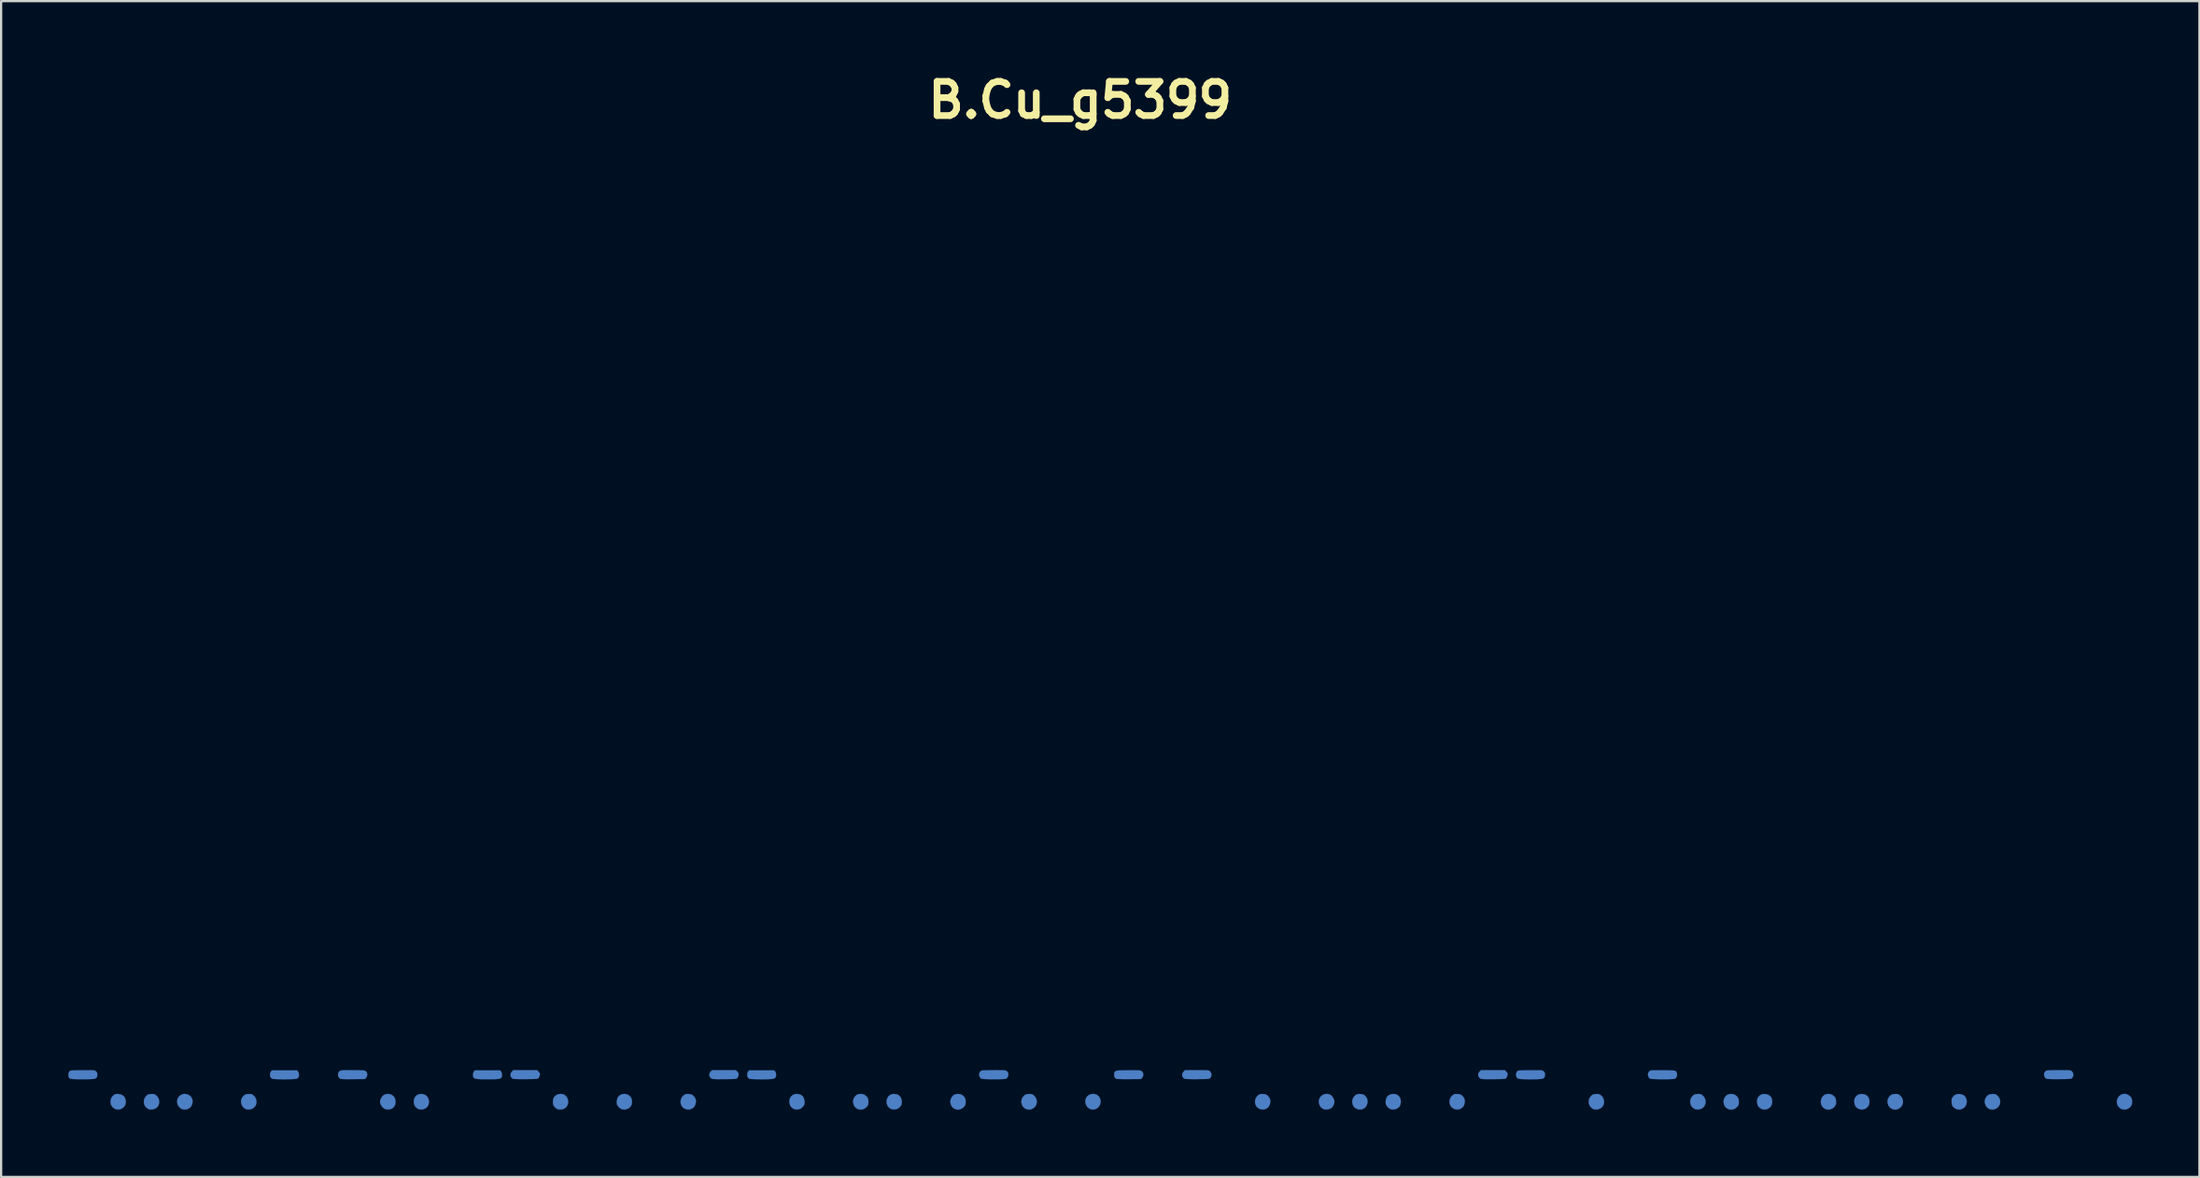
<source format=kicad_pcb>
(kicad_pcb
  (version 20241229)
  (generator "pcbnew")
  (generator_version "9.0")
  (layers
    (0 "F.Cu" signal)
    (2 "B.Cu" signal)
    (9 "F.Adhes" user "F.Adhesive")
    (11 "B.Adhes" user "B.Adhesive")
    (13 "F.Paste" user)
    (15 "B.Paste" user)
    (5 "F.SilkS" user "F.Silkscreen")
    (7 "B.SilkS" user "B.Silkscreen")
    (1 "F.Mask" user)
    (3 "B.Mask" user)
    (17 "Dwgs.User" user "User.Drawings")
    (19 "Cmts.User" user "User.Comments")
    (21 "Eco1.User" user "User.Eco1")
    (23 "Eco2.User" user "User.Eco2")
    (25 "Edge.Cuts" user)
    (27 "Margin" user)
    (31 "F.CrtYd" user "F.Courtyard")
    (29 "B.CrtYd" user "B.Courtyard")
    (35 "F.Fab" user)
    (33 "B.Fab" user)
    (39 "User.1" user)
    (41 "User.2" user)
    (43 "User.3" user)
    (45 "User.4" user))
  (footprint "B.Cu_g5399"
    (layer "F.Cu")
    (at 45.151 1.418)
    (property "Reference" "B.Cu_g5399" (at 0 0 0) (layer "F.SilkS") (effects (font (size 1.524 1.524) (thickness 0.3))))
    (attr through_hole)
    (fp_poly (pts (xy -39.811 44.393) (xy -39.714 44.457) (xy -39.661 44.515) (xy -39.619 44.606) (xy -39.608 44.711) (xy -39.626 44.819) (xy -39.673 44.917) (xy -39.744 44.994) (xy -39.838 45.042) (xy -39.946 45.061) (xy -40.052 45.049) (xy -40.111 45.026) (xy -40.201 44.955) (xy -40.262 44.863) (xy -40.294 44.758) (xy -40.294 44.649) (xy -40.26 44.546) (xy -40.224 44.492) (xy -40.133 44.414) (xy -40.029 44.371) (xy -39.919 44.365) (xy -39.811 44.393)) (stroke (width 0.01) (type solid)) (fill yes) (layer "B.Cu"))
    (fp_poly (pts (xy 0.648 44.37) (xy 0.745 44.405) (xy 0.827 44.469) (xy 0.875 44.542) (xy 0.91 44.655) (xy 0.908 44.764) (xy 0.876 44.864) (xy 0.819 44.948) (xy 0.74 45.013) (xy 0.647 45.052) (xy 0.543 45.06) (xy 0.434 45.033) (xy 0.411 45.022) (xy 0.327 44.957) (xy 0.267 44.867) (xy 0.235 44.761) (xy 0.232 44.65) (xy 0.263 44.546) (xy 0.276 44.522) (xy 0.349 44.44) (xy 0.441 44.387) (xy 0.543 44.364) (xy 0.648 44.37)) (stroke (width 0.01) (type solid)) (fill yes) (layer "B.Cu"))
    (fp_poly (pts (xy 46.664 44.368) (xy 46.768 44.408) (xy 46.861 44.482) (xy 46.893 44.52) (xy 46.925 44.591) (xy 46.939 44.684) (xy 46.936 44.782) (xy 46.915 44.868) (xy 46.893 44.908) (xy 46.807 44.993) (xy 46.703 45.045) (xy 46.592 45.062) (xy 46.481 45.042) (xy 46.436 45.022) (xy 46.347 44.951) (xy 46.287 44.857) (xy 46.259 44.748) (xy 46.266 44.636) (xy 46.295 44.556) (xy 46.366 44.458) (xy 46.456 44.394) (xy 46.558 44.364) (xy 46.664 44.368)) (stroke (width 0.01) (type solid)) (fill yes) (layer "B.Cu"))
    (fp_poly (pts (xy -29.287 44.382) (xy -29.197 44.428) (xy -29.129 44.497) (xy -29.084 44.581) (xy -29.062 44.675) (xy -29.064 44.771) (xy -29.09 44.863) (xy -29.14 44.944) (xy -29.214 45.008) (xy -29.313 45.047) (xy -29.372 45.056) (xy -29.445 45.056) (xy -29.509 45.047) (xy -29.527 45.041) (xy -29.627 44.978) (xy -29.697 44.887) (xy -29.734 44.775) (xy -29.739 44.714) (xy -29.722 44.589) (xy -29.671 44.488) (xy -29.592 44.415) (xy -29.486 44.374) (xy -29.401 44.365) (xy -29.287 44.382)) (stroke (width 0.01) (type solid)) (fill yes) (layer "B.Cu"))
    (fp_poly (pts (xy -42.915 44.369) (xy -42.791 44.395) (xy -42.694 44.452) (xy -42.627 44.538) (xy -42.592 44.65) (xy -42.587 44.72) (xy -42.606 44.833) (xy -42.658 44.928) (xy -42.735 45.001) (xy -42.83 45.047) (xy -42.937 45.061) (xy -43.047 45.04) (xy -43.085 45.023) (xy -43.181 44.953) (xy -43.242 44.861) (xy -43.268 44.746) (xy -43.269 44.717) (xy -43.254 44.594) (xy -43.205 44.495) (xy -43.12 44.414) (xy -43.115 44.411) (xy -43.064 44.382) (xy -43.012 44.369) (xy -42.94 44.368) (xy -42.915 44.369)) (stroke (width 0.01) (type solid)) (fill yes) (layer "B.Cu"))
    (fp_poly (pts (xy -30.773 44.383) (xy -30.713 44.413) (xy -30.629 44.482) (xy -30.579 44.556) (xy -30.557 44.648) (xy -30.554 44.715) (xy -30.563 44.822) (xy -30.595 44.904) (xy -30.656 44.975) (xy -30.697 45.008) (xy -30.78 45.046) (xy -30.88 45.06) (xy -30.983 45.048) (xy -31.06 45.017) (xy -31.134 44.955) (xy -31.195 44.87) (xy -31.233 44.777) (xy -31.242 44.716) (xy -31.226 44.631) (xy -31.184 44.539) (xy -31.126 44.458) (xy -31.075 44.413) (xy -30.982 44.374) (xy -30.876 44.364) (xy -30.773 44.383)) (stroke (width 0.01) (type solid)) (fill yes) (layer "B.Cu"))
    (fp_poly (pts (xy -20.225 44.383) (xy -20.129 44.433) (xy -20.052 44.513) (xy -20.045 44.524) (xy -20.012 44.607) (xy -19.999 44.708) (xy -20.007 44.808) (xy -20.02 44.852) (xy -20.077 44.944) (xy -20.162 45.012) (xy -20.265 45.052) (xy -20.375 45.06) (xy -20.48 45.034) (xy -20.548 44.989) (xy -20.613 44.923) (xy -20.659 44.851) (xy -20.672 44.818) (xy -20.68 44.728) (xy -20.668 44.629) (xy -20.64 44.538) (xy -20.616 44.497) (xy -20.536 44.42) (xy -20.438 44.376) (xy -20.331 44.364) (xy -20.225 44.383)) (stroke (width 0.01) (type solid)) (fill yes) (layer "B.Cu"))
    (fp_poly (pts (xy 11.154 44.399) (xy 11.178 44.413) (xy 11.242 44.474) (xy 11.297 44.557) (xy 11.334 44.647) (xy 11.345 44.714) (xy 11.328 44.807) (xy 11.283 44.902) (xy 11.221 44.98) (xy 11.196 45.001) (xy 11.113 45.04) (xy 11.01 45.058) (xy 10.909 45.053) (xy 10.847 45.035) (xy 10.754 44.971) (xy 10.688 44.88) (xy 10.653 44.769) (xy 10.654 44.647) (xy 10.654 44.645) (xy 10.69 44.542) (xy 10.757 44.459) (xy 10.845 44.399) (xy 10.946 44.367) (xy 11.052 44.365) (xy 11.154 44.399)) (stroke (width 0.01) (type solid)) (fill yes) (layer "B.Cu"))
    (fp_poly (pts (xy 14.078 44.377) (xy 14.152 44.409) (xy 14.238 44.481) (xy 14.289 44.571) (xy 14.306 44.684) (xy 14.305 44.732) (xy 14.288 44.844) (xy 14.249 44.927) (xy 14.183 44.989) (xy 14.127 45.021) (xy 14.01 45.058) (xy 13.894 45.054) (xy 13.831 45.034) (xy 13.763 44.989) (xy 13.699 44.923) (xy 13.652 44.851) (xy 13.639 44.818) (xy 13.631 44.734) (xy 13.641 44.637) (xy 13.665 44.548) (xy 13.691 44.498) (xy 13.765 44.427) (xy 13.863 44.382) (xy 13.971 44.365) (xy 14.078 44.377)) (stroke (width 0.01) (type solid)) (fill yes) (layer "B.Cu"))
    (fp_poly (pts (xy 30.562 44.369) (xy 30.686 44.395) (xy 30.78 44.451) (xy 30.845 44.536) (xy 30.878 44.65) (xy 30.882 44.72) (xy 30.863 44.833) (xy 30.812 44.928) (xy 30.735 45.001) (xy 30.639 45.046) (xy 30.534 45.061) (xy 30.424 45.04) (xy 30.385 45.022) (xy 30.299 44.965) (xy 30.245 44.895) (xy 30.216 44.801) (xy 30.208 44.732) (xy 30.207 44.648) (xy 30.216 44.589) (xy 30.24 44.536) (xy 30.246 44.526) (xy 30.321 44.437) (xy 30.413 44.384) (xy 30.527 44.368) (xy 30.562 44.369)) (stroke (width 0.01) (type solid)) (fill yes) (layer "B.Cu"))
    (fp_poly (pts (xy 34.901 44.369) (xy 35.025 44.395) (xy 35.12 44.451) (xy 35.184 44.536) (xy 35.217 44.65) (xy 35.221 44.72) (xy 35.203 44.833) (xy 35.151 44.928) (xy 35.074 45.001) (xy 34.979 45.046) (xy 34.873 45.061) (xy 34.763 45.04) (xy 34.724 45.022) (xy 34.638 44.965) (xy 34.584 44.895) (xy 34.555 44.801) (xy 34.548 44.732) (xy 34.546 44.648) (xy 34.555 44.589) (xy 34.579 44.536) (xy 34.585 44.526) (xy 34.66 44.437) (xy 34.753 44.384) (xy 34.867 44.368) (xy 34.901 44.369)) (stroke (width 0.01) (type solid)) (fill yes) (layer "B.Cu"))
    (fp_poly (pts (xy 39.24 44.369) (xy 39.364 44.395) (xy 39.459 44.451) (xy 39.523 44.536) (xy 39.556 44.65) (xy 39.56 44.72) (xy 39.542 44.833) (xy 39.49 44.928) (xy 39.413 45.001) (xy 39.318 45.046) (xy 39.212 45.061) (xy 39.102 45.04) (xy 39.063 45.022) (xy 38.977 44.965) (xy 38.923 44.895) (xy 38.894 44.801) (xy 38.887 44.732) (xy 38.885 44.648) (xy 38.894 44.589) (xy 38.918 44.536) (xy 38.924 44.526) (xy 38.999 44.437) (xy 39.092 44.384) (xy 39.206 44.368) (xy 39.24 44.369)) (stroke (width 0.01) (type solid)) (fill yes) (layer "B.Cu"))
    (fp_poly (pts (xy -41.323 44.376) (xy -41.275 44.398) (xy -41.255 44.411) (xy -41.172 44.49) (xy -41.119 44.585) (xy -41.097 44.69) (xy -41.104 44.795) (xy -41.141 44.893) (xy -41.207 44.974) (xy -41.284 45.024) (xy -41.397 45.057) (xy -41.509 45.057) (xy -41.571 45.04) (xy -41.668 44.98) (xy -41.739 44.891) (xy -41.777 44.781) (xy -41.783 44.715) (xy -41.77 44.609) (xy -41.727 44.52) (xy -41.658 44.44) (xy -41.612 44.404) (xy -41.563 44.383) (xy -41.494 44.372) (xy -41.46 44.37) (xy -41.379 44.368) (xy -41.323 44.376)) (stroke (width 0.01) (type solid)) (fill yes) (layer "B.Cu"))
    (fp_poly (pts (xy -36.984 44.376) (xy -36.936 44.398) (xy -36.916 44.411) (xy -36.832 44.49) (xy -36.779 44.586) (xy -36.757 44.69) (xy -36.764 44.796) (xy -36.801 44.893) (xy -36.868 44.974) (xy -36.944 45.024) (xy -37.058 45.057) (xy -37.17 45.057) (xy -37.232 45.04) (xy -37.329 44.98) (xy -37.399 44.891) (xy -37.438 44.781) (xy -37.444 44.715) (xy -37.431 44.609) (xy -37.388 44.52) (xy -37.318 44.44) (xy -37.273 44.404) (xy -37.224 44.383) (xy -37.155 44.372) (xy -37.121 44.37) (xy -37.04 44.368) (xy -36.984 44.376)) (stroke (width 0.01) (type solid)) (fill yes) (layer "B.Cu"))
    (fp_poly (pts (xy -17.468 44.37) (xy -17.388 44.378) (xy -17.333 44.394) (xy -17.288 44.425) (xy -17.27 44.44) (xy -17.197 44.524) (xy -17.158 44.608) (xy -17.148 44.706) (xy -17.15 44.74) (xy -17.178 44.857) (xy -17.237 44.952) (xy -17.321 45.019) (xy -17.422 45.056) (xy -17.535 45.058) (xy -17.644 45.025) (xy -17.735 44.962) (xy -17.796 44.876) (xy -17.827 44.775) (xy -17.829 44.669) (xy -17.801 44.565) (xy -17.742 44.472) (xy -17.673 44.411) (xy -17.623 44.383) (xy -17.573 44.37) (xy -17.504 44.368) (xy -17.468 44.37)) (stroke (width 0.01) (type solid)) (fill yes) (layer "B.Cu"))
    (fp_poly (pts (xy -12.522 44.382) (xy -12.423 44.432) (xy -12.352 44.512) (xy -12.311 44.622) (xy -12.302 44.693) (xy -12.3 44.773) (xy -12.31 44.829) (xy -12.334 44.878) (xy -12.344 44.893) (xy -12.391 44.951) (xy -12.443 45.001) (xy -12.45 45.007) (xy -12.523 45.04) (xy -12.616 45.056) (xy -12.711 45.053) (xy -12.776 45.035) (xy -12.876 44.97) (xy -12.942 44.881) (xy -12.974 44.767) (xy -12.978 44.698) (xy -12.959 44.581) (xy -12.905 44.484) (xy -12.824 44.413) (xy -12.719 44.372) (xy -12.648 44.365) (xy -12.522 44.382)) (stroke (width 0.01) (type solid)) (fill yes) (layer "B.Cu"))
    (fp_poly (pts (xy -9.659 44.388) (xy -9.609 44.413) (xy -9.525 44.482) (xy -9.475 44.557) (xy -9.454 44.651) (xy -9.451 44.712) (xy -9.454 44.793) (xy -9.467 44.85) (xy -9.494 44.901) (xy -9.512 44.925) (xy -9.595 45.003) (xy -9.697 45.051) (xy -9.806 45.065) (xy -9.912 45.042) (xy -9.938 45.03) (xy -10.017 44.98) (xy -10.07 44.921) (xy -10.109 44.84) (xy -10.133 44.723) (xy -10.12 44.609) (xy -10.072 44.507) (xy -9.993 44.425) (xy -9.947 44.396) (xy -9.858 44.369) (xy -9.755 44.367) (xy -9.659 44.388)) (stroke (width 0.01) (type solid)) (fill yes) (layer "B.Cu"))
    (fp_poly (pts (xy -8.183 44.382) (xy -8.084 44.432) (xy -8.013 44.512) (xy -7.972 44.622) (xy -7.963 44.693) (xy -7.961 44.773) (xy -7.971 44.829) (xy -7.995 44.878) (xy -8.004 44.893) (xy -8.052 44.951) (xy -8.104 45.001) (xy -8.111 45.007) (xy -8.184 45.04) (xy -8.277 45.056) (xy -8.372 45.053) (xy -8.437 45.035) (xy -8.537 44.97) (xy -8.603 44.881) (xy -8.635 44.767) (xy -8.639 44.698) (xy -8.619 44.581) (xy -8.566 44.484) (xy -8.484 44.413) (xy -8.38 44.372) (xy -8.309 44.365) (xy -8.183 44.382)) (stroke (width 0.01) (type solid)) (fill yes) (layer "B.Cu"))
    (fp_poly (pts (xy -5.319 44.388) (xy -5.27 44.413) (xy -5.186 44.482) (xy -5.136 44.557) (xy -5.114 44.651) (xy -5.112 44.712) (xy -5.115 44.793) (xy -5.128 44.85) (xy -5.155 44.901) (xy -5.173 44.925) (xy -5.256 45.003) (xy -5.358 45.051) (xy -5.467 45.065) (xy -5.573 45.042) (xy -5.599 45.03) (xy -5.678 44.98) (xy -5.731 44.921) (xy -5.77 44.839) (xy -5.793 44.726) (xy -5.779 44.613) (xy -5.733 44.51) (xy -5.658 44.428) (xy -5.609 44.397) (xy -5.519 44.37) (xy -5.416 44.367) (xy -5.319 44.388)) (stroke (width 0.01) (type solid)) (fill yes) (layer "B.Cu"))
    (fp_poly (pts (xy 8.165 44.37) (xy 8.245 44.378) (xy 8.3 44.394) (xy 8.345 44.425) (xy 8.362 44.44) (xy 8.436 44.524) (xy 8.475 44.608) (xy 8.485 44.706) (xy 8.483 44.74) (xy 8.455 44.857) (xy 8.395 44.952) (xy 8.312 45.019) (xy 8.21 45.056) (xy 8.098 45.058) (xy 7.988 45.025) (xy 7.898 44.961) (xy 7.836 44.876) (xy 7.805 44.775) (xy 7.803 44.669) (xy 7.832 44.565) (xy 7.891 44.472) (xy 7.96 44.411) (xy 8.009 44.383) (xy 8.06 44.37) (xy 8.129 44.368) (xy 8.165 44.37)) (stroke (width 0.01) (type solid)) (fill yes) (layer "B.Cu"))
    (fp_poly (pts (xy 12.504 44.37) (xy 12.584 44.378) (xy 12.639 44.394) (xy 12.684 44.425) (xy 12.702 44.44) (xy 12.775 44.524) (xy 12.814 44.608) (xy 12.824 44.706) (xy 12.822 44.74) (xy 12.794 44.857) (xy 12.735 44.952) (xy 12.651 45.019) (xy 12.55 45.056) (xy 12.437 45.058) (xy 12.328 45.025) (xy 12.237 44.961) (xy 12.176 44.876) (xy 12.144 44.775) (xy 12.142 44.669) (xy 12.171 44.565) (xy 12.23 44.472) (xy 12.299 44.411) (xy 12.349 44.383) (xy 12.399 44.37) (xy 12.468 44.368) (xy 12.504 44.37)) (stroke (width 0.01) (type solid)) (fill yes) (layer "B.Cu"))
    (fp_poly (pts (xy 16.843 44.37) (xy 16.924 44.378) (xy 16.978 44.394) (xy 17.023 44.425) (xy 17.041 44.44) (xy 17.114 44.524) (xy 17.153 44.608) (xy 17.163 44.706) (xy 17.161 44.74) (xy 17.133 44.857) (xy 17.074 44.952) (xy 16.99 45.019) (xy 16.889 45.056) (xy 16.776 45.058) (xy 16.667 45.025) (xy 16.577 44.962) (xy 16.515 44.876) (xy 16.484 44.775) (xy 16.482 44.669) (xy 16.51 44.565) (xy 16.569 44.472) (xy 16.638 44.411) (xy 16.688 44.383) (xy 16.738 44.37) (xy 16.807 44.368) (xy 16.843 44.37)) (stroke (width 0.01) (type solid)) (fill yes) (layer "B.Cu"))
    (fp_poly (pts (xy 23.15 44.376) (xy 23.198 44.398) (xy 23.219 44.411) (xy 23.302 44.49) (xy 23.354 44.585) (xy 23.377 44.69) (xy 23.369 44.795) (xy 23.333 44.893) (xy 23.267 44.974) (xy 23.19 45.024) (xy 23.077 45.057) (xy 22.965 45.057) (xy 22.902 45.04) (xy 22.805 44.98) (xy 22.735 44.891) (xy 22.697 44.781) (xy 22.691 44.715) (xy 22.704 44.609) (xy 22.747 44.52) (xy 22.816 44.44) (xy 22.862 44.404) (xy 22.911 44.383) (xy 22.98 44.372) (xy 23.014 44.37) (xy 23.095 44.368) (xy 23.15 44.376)) (stroke (width 0.01) (type solid)) (fill yes) (layer "B.Cu"))
    (fp_poly (pts (xy 27.68 44.376) (xy 27.728 44.398) (xy 27.748 44.411) (xy 27.832 44.49) (xy 27.885 44.586) (xy 27.907 44.69) (xy 27.9 44.796) (xy 27.863 44.893) (xy 27.796 44.974) (xy 27.72 45.024) (xy 27.601 45.058) (xy 27.485 45.054) (xy 27.421 45.034) (xy 27.325 44.969) (xy 27.258 44.877) (xy 27.224 44.761) (xy 27.22 44.702) (xy 27.236 44.6) (xy 27.285 44.508) (xy 27.346 44.44) (xy 27.391 44.404) (xy 27.441 44.383) (xy 27.51 44.372) (xy 27.543 44.37) (xy 27.624 44.368) (xy 27.68 44.376)) (stroke (width 0.01) (type solid)) (fill yes) (layer "B.Cu"))
    (fp_poly (pts (xy 29.182 44.388) (xy 29.231 44.413) (xy 29.316 44.482) (xy 29.366 44.557) (xy 29.387 44.651) (xy 29.39 44.712) (xy 29.387 44.793) (xy 29.374 44.85) (xy 29.347 44.901) (xy 29.329 44.925) (xy 29.245 45.003) (xy 29.144 45.051) (xy 29.035 45.065) (xy 28.928 45.042) (xy 28.903 45.03) (xy 28.823 44.98) (xy 28.771 44.921) (xy 28.732 44.839) (xy 28.709 44.726) (xy 28.722 44.613) (xy 28.769 44.51) (xy 28.844 44.428) (xy 28.893 44.397) (xy 28.983 44.37) (xy 29.085 44.367) (xy 29.182 44.388)) (stroke (width 0.01) (type solid)) (fill yes) (layer "B.Cu"))
    (fp_poly (pts (xy 33.521 44.388) (xy 33.571 44.413) (xy 33.655 44.482) (xy 33.705 44.557) (xy 33.726 44.651) (xy 33.729 44.712) (xy 33.726 44.793) (xy 33.713 44.85) (xy 33.686 44.901) (xy 33.668 44.925) (xy 33.585 45.003) (xy 33.483 45.051) (xy 33.374 45.065) (xy 33.268 45.042) (xy 33.242 45.03) (xy 33.163 44.98) (xy 33.11 44.921) (xy 33.071 44.839) (xy 33.048 44.726) (xy 33.062 44.613) (xy 33.108 44.51) (xy 33.183 44.428) (xy 33.232 44.397) (xy 33.322 44.37) (xy 33.425 44.367) (xy 33.521 44.388)) (stroke (width 0.01) (type solid)) (fill yes) (layer "B.Cu"))
    (fp_poly (pts (xy -23.083 44.377) (xy -23.029 44.397) (xy -22.941 44.464) (xy -22.881 44.555) (xy -22.851 44.659) (xy -22.851 44.767) (xy -22.881 44.871) (xy -22.944 44.962) (xy -22.98 44.994) (xy -23.068 45.038) (xy -23.174 45.059) (xy -23.28 45.053) (xy -23.339 45.035) (xy -23.393 44.999) (xy -23.449 44.945) (xy -23.466 44.925) (xy -23.501 44.872) (xy -23.52 44.82) (xy -23.526 44.751) (xy -23.527 44.712) (xy -23.517 44.604) (xy -23.483 44.52) (xy -23.418 44.45) (xy -23.368 44.413) (xy -23.284 44.377) (xy -23.183 44.365) (xy -23.083 44.377)) (stroke (width 0.01) (type solid)) (fill yes) (layer "B.Cu"))
    (fp_poly (pts (xy -13.608 43.368) (xy -13.58 43.428) (xy -13.569 43.505) (xy -13.576 43.581) (xy -13.597 43.629) (xy -13.637 43.664) (xy -13.682 43.687) (xy -13.723 43.694) (xy -13.797 43.7) (xy -13.898 43.705) (xy -14.017 43.707) (xy -14.148 43.709) (xy -14.283 43.709) (xy -14.415 43.707) (xy -14.536 43.704) (xy -14.638 43.7) (xy -14.715 43.694) (xy -14.759 43.687) (xy -14.764 43.685) (xy -14.824 43.637) (xy -14.853 43.572) (xy -14.859 43.506) (xy -14.846 43.419) (xy -14.819 43.368) (xy -14.778 43.318) (xy -13.649 43.318) (xy -13.608 43.368)) (stroke (width 0.01) (type solid)) (fill yes) (layer "B.Cu"))
    (fp_poly (pts (xy -34.902 43.368) (xy -34.873 43.43) (xy -34.862 43.51) (xy -34.869 43.589) (xy -34.882 43.624) (xy -34.916 43.657) (xy -34.969 43.685) (xy -34.97 43.686) (xy -35.013 43.693) (xy -35.09 43.7) (xy -35.193 43.704) (xy -35.314 43.707) (xy -35.446 43.709) (xy -35.582 43.709) (xy -35.713 43.707) (xy -35.834 43.704) (xy -35.936 43.7) (xy -36.012 43.694) (xy -36.054 43.686) (xy -36.057 43.685) (xy -36.117 43.637) (xy -36.147 43.572) (xy -36.153 43.506) (xy -36.139 43.419) (xy -36.112 43.368) (xy -36.072 43.318) (xy -34.942 43.318) (xy -34.902 43.368)) (stroke (width 0.01) (type solid)) (fill yes) (layer "B.Cu"))
    (fp_poly (pts (xy -2.164 44.376) (xy -2.116 44.398) (xy -2.095 44.411) (xy -2.04 44.462) (xy -1.988 44.529) (xy -1.972 44.556) (xy -1.937 44.664) (xy -1.939 44.77) (xy -1.972 44.868) (xy -2.031 44.952) (xy -2.111 45.016) (xy -2.206 45.055) (xy -2.312 45.063) (xy -2.422 45.035) (xy -2.424 45.034) (xy -2.52 44.969) (xy -2.587 44.877) (xy -2.621 44.761) (xy -2.625 44.702) (xy -2.609 44.6) (xy -2.56 44.508) (xy -2.499 44.44) (xy -2.454 44.404) (xy -2.404 44.383) (xy -2.335 44.372) (xy -2.302 44.37) (xy -2.221 44.368) (xy -2.164 44.376)) (stroke (width 0.01) (type solid)) (fill yes) (layer "B.Cu"))
    (fp_poly (pts (xy 36.486 44.376) (xy 36.535 44.398) (xy 36.555 44.411) (xy 36.61 44.462) (xy 36.662 44.529) (xy 36.678 44.556) (xy 36.713 44.664) (xy 36.712 44.77) (xy 36.679 44.868) (xy 36.619 44.952) (xy 36.539 45.016) (xy 36.444 45.055) (xy 36.339 45.063) (xy 36.228 45.035) (xy 36.227 45.034) (xy 36.131 44.969) (xy 36.064 44.877) (xy 36.03 44.761) (xy 36.026 44.702) (xy 36.041 44.6) (xy 36.09 44.508) (xy 36.151 44.44) (xy 36.197 44.404) (xy 36.246 44.383) (xy 36.315 44.372) (xy 36.349 44.37) (xy 36.43 44.368) (xy 36.486 44.376)) (stroke (width 0.01) (type solid)) (fill yes) (layer "B.Cu"))
    (fp_poly (pts (xy 40.825 44.376) (xy 40.874 44.398) (xy 40.894 44.411) (xy 40.95 44.462) (xy 41.002 44.529) (xy 41.017 44.556) (xy 41.052 44.664) (xy 41.051 44.77) (xy 41.018 44.868) (xy 40.959 44.952) (xy 40.879 45.016) (xy 40.783 45.055) (xy 40.678 45.063) (xy 40.568 45.035) (xy 40.566 45.034) (xy 40.47 44.969) (xy 40.403 44.877) (xy 40.369 44.761) (xy 40.365 44.702) (xy 40.38 44.6) (xy 40.429 44.508) (xy 40.49 44.44) (xy 40.536 44.404) (xy 40.585 44.383) (xy 40.654 44.372) (xy 40.688 44.37) (xy 40.769 44.368) (xy 40.825 44.376)) (stroke (width 0.01) (type solid)) (fill yes) (layer "B.Cu"))
    (fp_poly (pts (xy -25.843 43.368) (xy -25.812 43.431) (xy -25.802 43.498) (xy -25.804 43.558) (xy -25.812 43.605) (xy -25.832 43.642) (xy -25.866 43.668) (xy -25.921 43.687) (xy -26 43.699) (xy -26.107 43.705) (xy -26.248 43.708) (xy -26.426 43.708) (xy -26.441 43.708) (xy -26.617 43.707) (xy -26.754 43.705) (xy -26.858 43.7) (xy -26.932 43.694) (xy -26.981 43.685) (xy -27 43.679) (xy -27.05 43.649) (xy -27.079 43.616) (xy -27.08 43.615) (xy -27.093 43.54) (xy -27.088 43.458) (xy -27.065 43.387) (xy -27.053 43.368) (xy -27.012 43.318) (xy -25.883 43.318) (xy -25.843 43.368)) (stroke (width 0.01) (type solid)) (fill yes) (layer "B.Cu"))
    (fp_poly (pts (xy -24.168 43.372) (xy -24.127 43.419) (xy -24.112 43.462) (xy -24.115 43.523) (xy -24.134 43.59) (xy -24.164 43.646) (xy -24.171 43.654) (xy -24.187 43.668) (xy -24.206 43.679) (xy -24.235 43.687) (xy -24.278 43.692) (xy -24.341 43.696) (xy -24.428 43.699) (xy -24.547 43.701) (xy -24.701 43.703) (xy -24.739 43.703) (xy -24.886 43.704) (xy -25.021 43.703) (xy -25.137 43.7) (xy -25.228 43.697) (xy -25.288 43.692) (xy -25.308 43.689) (xy -25.374 43.641) (xy -25.412 43.572) (xy -25.419 43.492) (xy -25.393 43.414) (xy -25.359 43.369) (xy -25.297 43.307) (xy -24.233 43.307) (xy -24.168 43.372)) (stroke (width 0.01) (type solid)) (fill yes) (layer "B.Cu"))
    (fp_poly (pts (xy -15.299 43.372) (xy -15.258 43.419) (xy -15.243 43.462) (xy -15.246 43.523) (xy -15.265 43.59) (xy -15.295 43.646) (xy -15.302 43.654) (xy -15.318 43.668) (xy -15.338 43.679) (xy -15.366 43.687) (xy -15.41 43.693) (xy -15.473 43.697) (xy -15.561 43.7) (xy -15.68 43.702) (xy -15.835 43.704) (xy -15.87 43.704) (xy -16.048 43.705) (xy -16.187 43.705) (xy -16.293 43.702) (xy -16.369 43.698) (xy -16.419 43.691) (xy -16.446 43.683) (xy -16.511 43.628) (xy -16.545 43.554) (xy -16.546 43.473) (xy -16.513 43.395) (xy -16.49 43.369) (xy -16.429 43.307) (xy -15.364 43.307) (xy -15.299 43.372)) (stroke (width 0.01) (type solid)) (fill yes) (layer "B.Cu"))
    (fp_poly (pts (xy 19.012 43.372) (xy 19.053 43.419) (xy 19.068 43.462) (xy 19.065 43.523) (xy 19.046 43.59) (xy 19.016 43.646) (xy 19.009 43.654) (xy 18.993 43.668) (xy 18.974 43.679) (xy 18.945 43.687) (xy 18.902 43.693) (xy 18.839 43.697) (xy 18.75 43.7) (xy 18.631 43.702) (xy 18.477 43.704) (xy 18.441 43.704) (xy 18.263 43.705) (xy 18.124 43.705) (xy 18.018 43.702) (xy 17.943 43.698) (xy 17.893 43.691) (xy 17.865 43.683) (xy 17.8 43.628) (xy 17.766 43.554) (xy 17.765 43.473) (xy 17.798 43.395) (xy 17.821 43.369) (xy 17.883 43.307) (xy 18.947 43.307) (xy 19.012 43.372)) (stroke (width 0.01) (type solid)) (fill yes) (layer "B.Cu"))
    (fp_poly (pts (xy -32.291 43.308) (xy -32.138 43.311) (xy -32.023 43.316) (xy -31.946 43.323) (xy -31.912 43.331) (xy -31.854 43.378) (xy -31.821 43.448) (xy -31.817 43.528) (xy -31.842 43.607) (xy -31.865 43.639) (xy -31.916 43.699) (xy -32.441 43.704) (xy -32.619 43.705) (xy -32.758 43.705) (xy -32.864 43.703) (xy -32.94 43.698) (xy -32.99 43.692) (xy -33.02 43.683) (xy -33.02 43.682) (xy -33.081 43.63) (xy -33.113 43.557) (xy -33.117 43.476) (xy -33.091 43.4) (xy -33.048 43.35) (xy -33.029 43.337) (xy -33.006 43.326) (xy -32.974 43.319) (xy -32.927 43.313) (xy -32.86 43.31) (xy -32.768 43.308) (xy -32.644 43.307) (xy -32.484 43.307) (xy -32.478 43.307) (xy -32.291 43.308)) (stroke (width 0.01) (type solid)) (fill yes) (layer "B.Cu"))
    (fp_poly (pts (xy 2.465 43.31) (xy 2.576 43.313) (xy 2.654 43.319) (xy 2.703 43.327) (xy 2.715 43.33) (xy 2.774 43.376) (xy 2.808 43.444) (xy 2.814 43.523) (xy 2.79 43.602) (xy 2.764 43.639) (xy 2.713 43.699) (xy 2.187 43.703) (xy 2.04 43.704) (xy 1.905 43.703) (xy 1.789 43.701) (xy 1.698 43.697) (xy 1.639 43.693) (xy 1.619 43.69) (xy 1.557 43.647) (xy 1.524 43.58) (xy 1.517 43.506) (xy 1.525 43.428) (xy 1.554 43.374) (xy 1.563 43.364) (xy 1.579 43.35) (xy 1.598 43.338) (xy 1.626 43.33) (xy 1.667 43.324) (xy 1.728 43.319) (xy 1.813 43.316) (xy 1.928 43.314) (xy 2.079 43.312) (xy 2.131 43.311) (xy 2.318 43.31) (xy 2.465 43.31)) (stroke (width 0.01) (type solid)) (fill yes) (layer "B.Cu"))
    (fp_poly (pts (xy 5.367 43.307) (xy 5.494 43.308) (xy 5.588 43.309) (xy 5.657 43.312) (xy 5.705 43.317) (xy 5.738 43.324) (xy 5.761 43.334) (xy 5.78 43.347) (xy 5.793 43.358) (xy 5.839 43.423) (xy 5.856 43.504) (xy 5.844 43.586) (xy 5.804 43.65) (xy 5.788 43.665) (xy 5.77 43.677) (xy 5.744 43.685) (xy 5.704 43.692) (xy 5.647 43.696) (xy 5.565 43.699) (xy 5.455 43.701) (xy 5.309 43.702) (xy 5.233 43.703) (xy 5.086 43.704) (xy 4.951 43.703) (xy 4.835 43.7) (xy 4.744 43.697) (xy 4.684 43.692) (xy 4.664 43.689) (xy 4.598 43.641) (xy 4.56 43.572) (xy 4.553 43.492) (xy 4.579 43.414) (xy 4.613 43.369) (xy 4.675 43.307) (xy 5.204 43.307) (xy 5.367 43.307)) (stroke (width 0.01) (type solid)) (fill yes) (layer "B.Cu"))
    (fp_poly (pts (xy -3.682 43.307) (xy -3.557 43.308) (xy -3.464 43.31) (xy -3.396 43.313) (xy -3.349 43.319) (xy -3.317 43.326) (xy -3.294 43.336) (xy -3.275 43.35) (xy -3.231 43.399) (xy -3.207 43.453) (xy -3.207 43.527) (xy -3.232 43.602) (xy -3.274 43.662) (xy -3.313 43.688) (xy -3.351 43.694) (xy -3.423 43.699) (xy -3.523 43.703) (xy -3.642 43.706) (xy -3.773 43.707) (xy -3.909 43.707) (xy -4.041 43.706) (xy -4.163 43.704) (xy -4.267 43.7) (xy -4.345 43.696) (xy -4.391 43.69) (xy -4.395 43.688) (xy -4.457 43.643) (xy -4.495 43.577) (xy -4.507 43.499) (xy -4.493 43.424) (xy -4.453 43.361) (xy -4.41 43.331) (xy -4.369 43.322) (xy -4.287 43.315) (xy -4.167 43.311) (xy -4.01 43.308) (xy -3.844 43.307) (xy -3.682 43.307)) (stroke (width 0.01) (type solid)) (fill yes) (layer "B.Cu"))
    (fp_poly (pts (xy 20.443 43.31) (xy 20.533 43.312) (xy 20.592 43.315) (xy 20.611 43.317) (xy 20.686 43.355) (xy 20.73 43.421) (xy 20.743 43.503) (xy 20.731 43.591) (xy 20.693 43.65) (xy 20.629 43.687) (xy 20.588 43.694) (xy 20.514 43.7) (xy 20.413 43.705) (xy 20.294 43.707) (xy 20.163 43.709) (xy 20.028 43.709) (xy 19.896 43.707) (xy 19.775 43.704) (xy 19.673 43.7) (xy 19.596 43.694) (xy 19.552 43.687) (xy 19.547 43.685) (xy 19.488 43.637) (xy 19.458 43.572) (xy 19.452 43.506) (xy 19.465 43.42) (xy 19.493 43.368) (xy 19.506 43.352) (xy 19.522 43.34) (xy 19.545 43.331) (xy 19.582 43.324) (xy 19.636 43.32) (xy 19.715 43.317) (xy 19.822 43.314) (xy 19.964 43.312) (xy 20.048 43.311) (xy 20.194 43.31) (xy 20.328 43.31) (xy 20.443 43.31)) (stroke (width 0.01) (type solid)) (fill yes) (layer "B.Cu"))
    (fp_poly (pts (xy 25.933 43.31) (xy 26.03 43.311) (xy 26.19 43.313) (xy 26.314 43.316) (xy 26.406 43.319) (xy 26.472 43.323) (xy 26.518 43.328) (xy 26.548 43.336) (xy 26.569 43.347) (xy 26.585 43.361) (xy 26.588 43.363) (xy 26.625 43.427) (xy 26.636 43.505) (xy 26.621 43.583) (xy 26.584 43.65) (xy 26.53 43.689) (xy 26.491 43.695) (xy 26.418 43.7) (xy 26.318 43.704) (xy 26.198 43.706) (xy 26.066 43.707) (xy 25.93 43.707) (xy 25.796 43.705) (xy 25.673 43.702) (xy 25.569 43.698) (xy 25.49 43.693) (xy 25.444 43.687) (xy 25.44 43.686) (xy 25.382 43.643) (xy 25.346 43.568) (xy 25.337 43.486) (xy 25.356 43.406) (xy 25.409 43.345) (xy 25.469 43.317) (xy 25.503 43.314) (xy 25.573 43.312) (xy 25.673 43.31) (xy 25.795 43.31) (xy 25.933 43.31)) (stroke (width 0.01) (type solid)) (fill yes) (layer "B.Cu"))
    (fp_poly (pts (xy -44.158 43.31) (xy -44.067 43.312) (xy -44.008 43.315) (xy -43.99 43.317) (xy -43.915 43.355) (xy -43.871 43.421) (xy -43.858 43.503) (xy -43.87 43.591) (xy -43.908 43.65) (xy -43.972 43.687) (xy -44.01 43.694) (xy -44.084 43.699) (xy -44.184 43.703) (xy -44.304 43.706) (xy -44.435 43.707) (xy -44.571 43.708) (xy -44.704 43.706) (xy -44.827 43.704) (xy -44.93 43.7) (xy -45.008 43.695) (xy -45.053 43.689) (xy -45.057 43.688) (xy -45.104 43.655) (xy -45.126 43.627) (xy -45.146 43.556) (xy -45.146 43.473) (xy -45.126 43.398) (xy -45.108 43.368) (xy -45.095 43.352) (xy -45.079 43.34) (xy -45.055 43.331) (xy -45.019 43.324) (xy -44.964 43.32) (xy -44.886 43.317) (xy -44.779 43.314) (xy -44.637 43.312) (xy -44.553 43.311) (xy -44.407 43.31) (xy -44.273 43.31) (xy -44.158 43.31)) (stroke (width 0.01) (type solid)) (fill yes) (layer "B.Cu"))
    (fp_poly (pts (xy 43.838 43.307) (xy 43.962 43.308) (xy 44.055 43.309) (xy 44.122 43.312) (xy 44.169 43.317) (xy 44.201 43.325) (xy 44.223 43.335) (xy 44.242 43.349) (xy 44.253 43.358) (xy 44.299 43.423) (xy 44.316 43.504) (xy 44.304 43.586) (xy 44.264 43.65) (xy 44.248 43.665) (xy 44.23 43.677) (xy 44.203 43.685) (xy 44.164 43.692) (xy 44.107 43.696) (xy 44.025 43.699) (xy 43.915 43.701) (xy 43.769 43.702) (xy 43.693 43.703) (xy 43.546 43.704) (xy 43.411 43.703) (xy 43.295 43.7) (xy 43.204 43.697) (xy 43.144 43.692) (xy 43.124 43.689) (xy 43.062 43.643) (xy 43.024 43.576) (xy 43.012 43.499) (xy 43.026 43.423) (xy 43.066 43.36) (xy 43.109 43.331) (xy 43.151 43.322) (xy 43.232 43.315) (xy 43.353 43.311) (xy 43.51 43.308) (xy 43.677 43.307) (xy 43.838 43.307)) (stroke (width 0.01) (type solid)) (fill yes) (layer "B.Cu")))
  (gr_rect
    (start -3 -3)
    (end 95.095 49.488)
    (stroke (width 0.1) (type default))
    (fill no)
    (layer "Edge.Cuts")))
</source>
